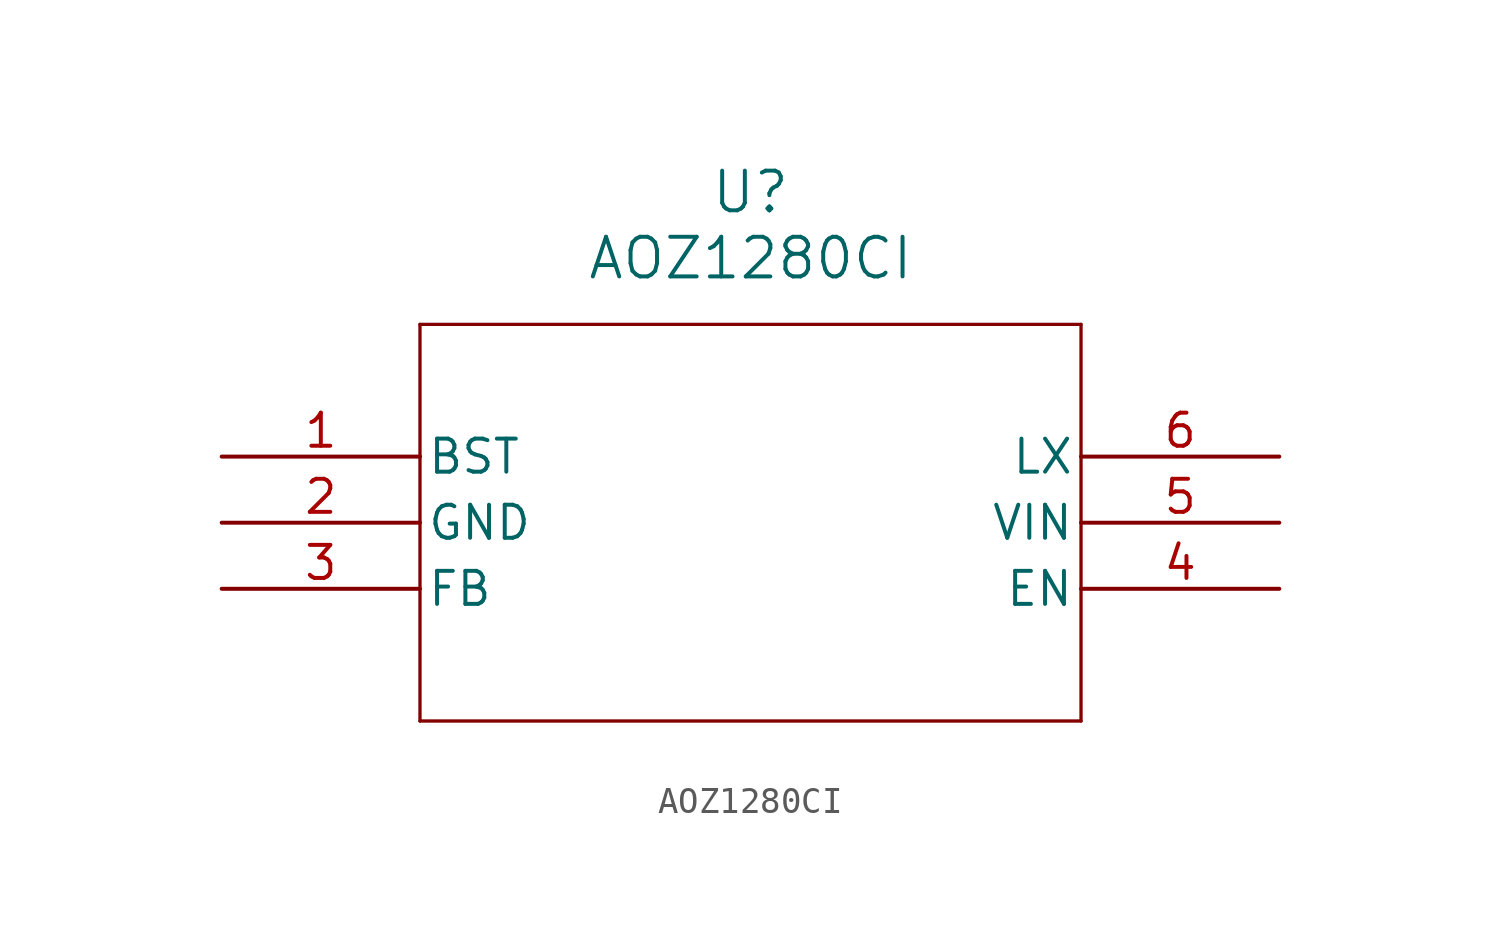
<source format=kicad_sym>
(kicad_symbol_lib
  (version 20231120)
  (generator "kicad_symbol_editor")
  (generator_version "8.0")
  (symbol "AOZ1280CI"
    (pin_names
      (offset 0.254))
    (property "Reference" "U"
      (at 20.32 10.16 0)
      (effects (font (size 1.524 1.524))))
    (property "Value" "AOZ1280CI"
      (at 20.32 7.62 0)
      (effects (font (size 1.524 1.524))))
    (property "ki_locked" ""
      (at 0 0 0)
      (effects (font (size 1.27 1.27))))
    (symbol "AOZ1280CI_1_1"
      (polyline (pts (xy 7.62 -10.16) (xy 33.02 -10.16)) (stroke (width 0.127) (type default)) (fill (type none)))
      (polyline (pts (xy 7.62 5.08) (xy 7.62 -10.16)) (stroke (width 0.127) (type default)) (fill (type none)))
      (polyline (pts (xy 33.02 -10.16) (xy 33.02 5.08)) (stroke (width 0.127) (type default)) (fill (type none)))
      (polyline (pts (xy 33.02 5.08) (xy 7.62 5.08)) (stroke (width 0.127) (type default)) (fill (type none)))
      (pin unspecified line (at 0 0 0) (length 7.62) (name "BST" (effects (font (size 1.27 1.27)))) (number "1" (effects (font (size 1.27 1.27)))))
      (pin power_out line (at 0 -2.54 0) (length 7.62) (name "GND" (effects (font (size 1.27 1.27)))) (number "2" (effects (font (size 1.27 1.27)))))
      (pin unspecified line (at 0 -5.08 0) (length 7.62) (name "FB" (effects (font (size 1.27 1.27)))) (number "3" (effects (font (size 1.27 1.27)))))
      (pin unspecified line (at 40.64 -5.08 180) (length 7.62) (name "EN" (effects (font (size 1.27 1.27)))) (number "4" (effects (font (size 1.27 1.27)))))
      (pin unspecified line (at 40.64 -2.54 180) (length 7.62) (name "VIN" (effects (font (size 1.27 1.27)))) (number "5" (effects (font (size 1.27 1.27)))))
      (pin unspecified line (at 40.64 0 180) (length 7.62) (name "LX" (effects (font (size 1.27 1.27)))) (number "6" (effects (font (size 1.27 1.27))))))))
</source>
